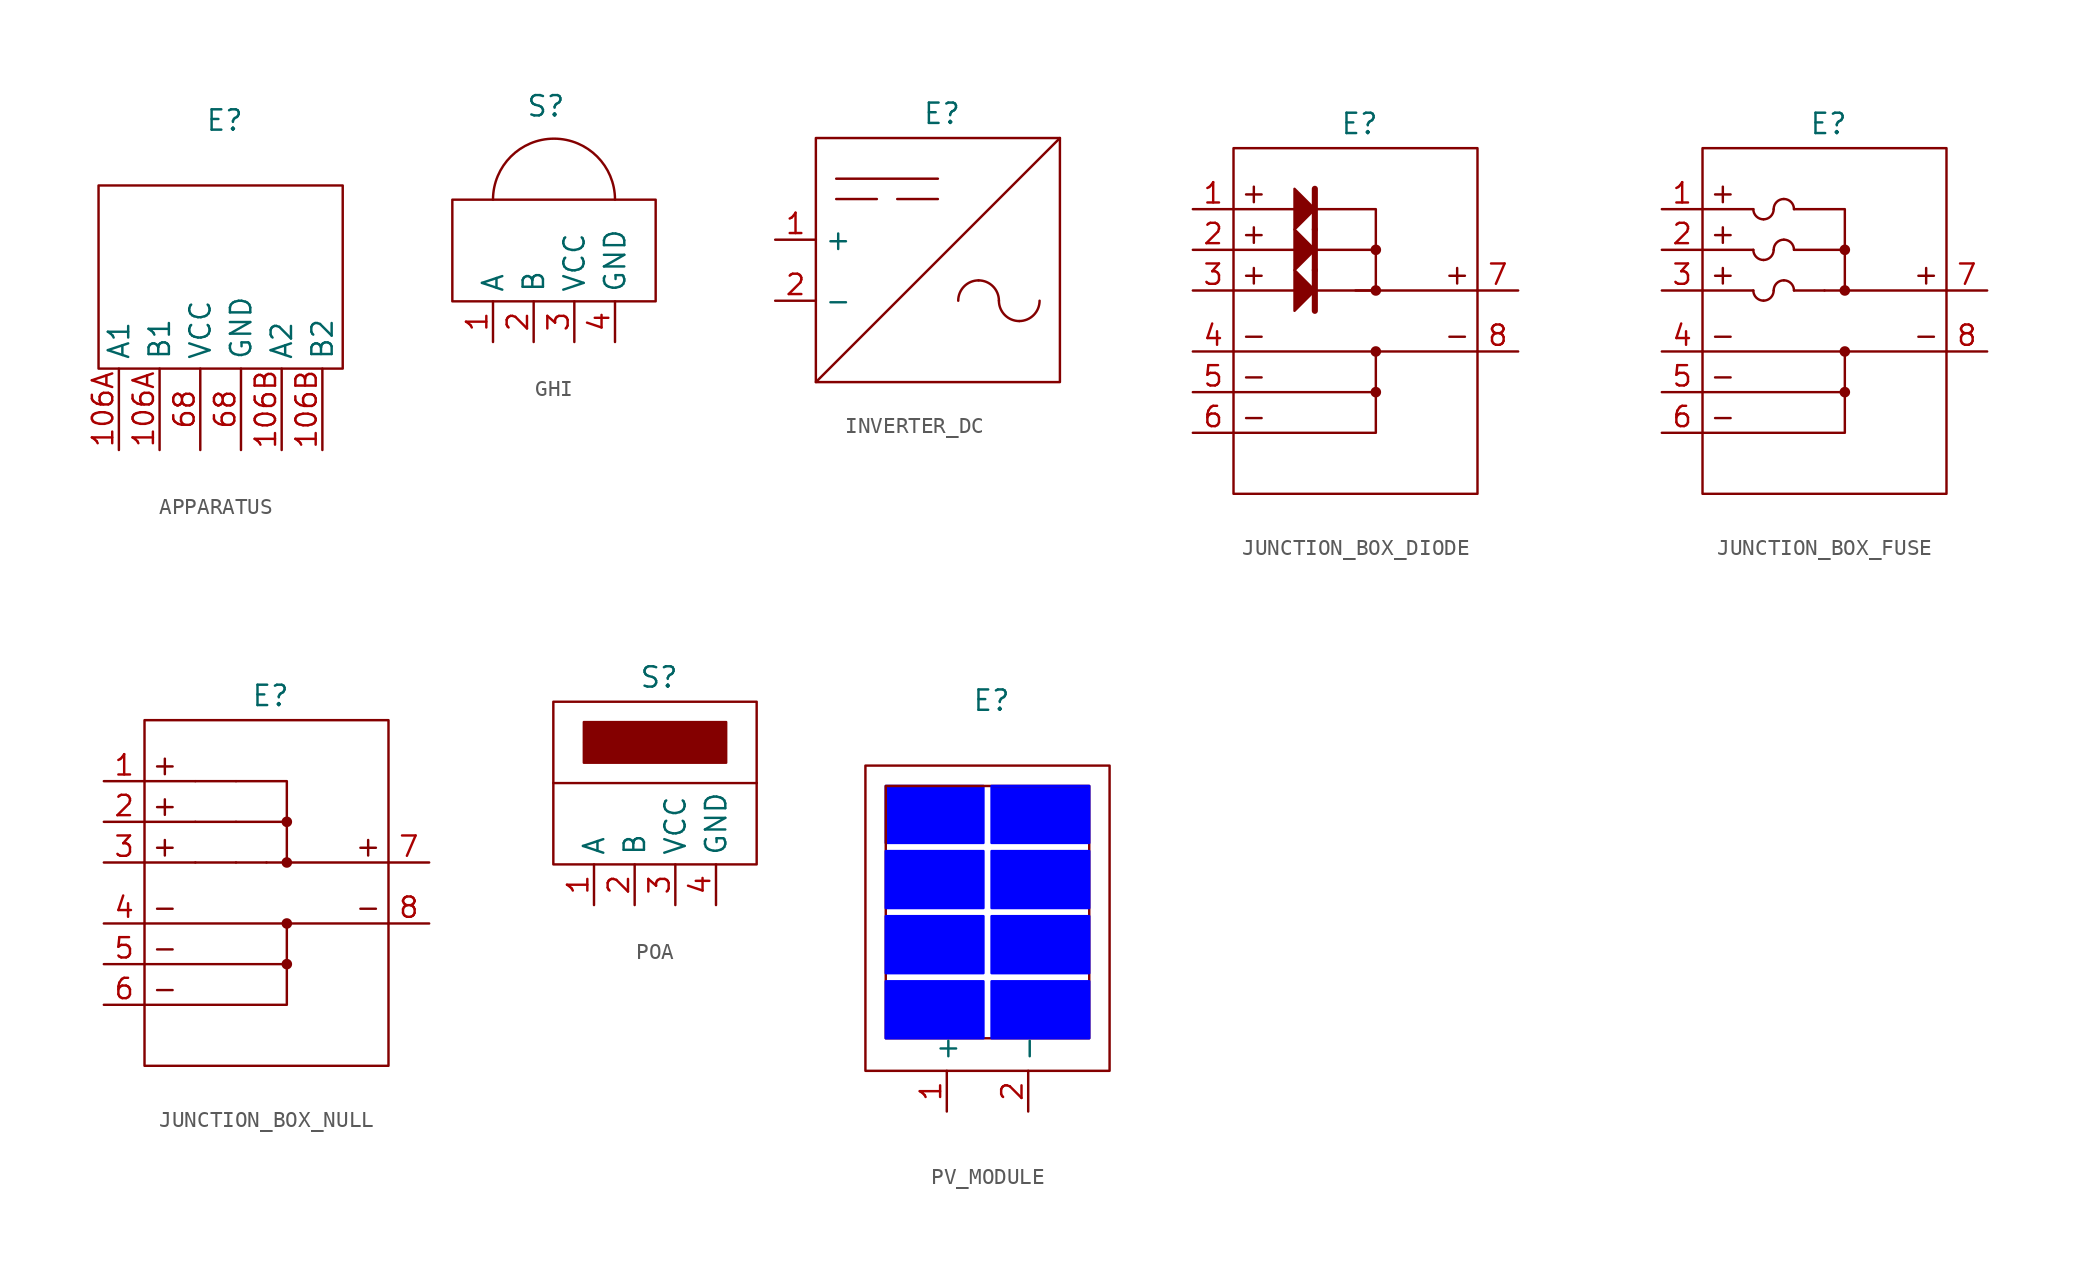
<source format=kicad_sym>
(kicad_symbol_lib
  (version 20231120)
  (generator "kicad_symbol_editor")
  (generator_version "8.0")
  (symbol "APPARATUS"
    (property "Reference" "E"
      (at 0.254 9.144 0)
      (effects (font (size 1.27 1.27))))
    (property "Value" ""
      (at -6.35 10.16 0)
      (effects (font (size 1.27 1.27))))
    (symbol "APPARATUS_0_1"
      (rectangle (start -7.62 5.08) (end 7.62 -6.35) (stroke (width 0) (type default)) (fill (type none))))
    (symbol "APPARATUS_1_1"
      (pin passive line (at -6.35 -11.43 90) (length 5.08) (name "A1" (effects (font (size 1.27 1.27)))) (number "106A" (effects (font (size 1.27 1.27)))))
      (pin passive line (at -3.81 -11.43 90) (length 5.08) (name "B1" (effects (font (size 1.27 1.27)))) (number "106A" (effects (font (size 1.27 1.27)))))
      (pin passive line (at 3.81 -11.43 90) (length 5.08) (name "A2" (effects (font (size 1.27 1.27)))) (number "106B" (effects (font (size 1.27 1.27)))))
      (pin passive line (at 6.35 -11.43 90) (length 5.08) (name "B2" (effects (font (size 1.27 1.27)))) (number "106B" (effects (font (size 1.27 1.27)))))
      (pin passive line (at 1.27 -11.43 90) (length 5.08) (name "GND" (effects (font (size 1.27 1.27)))) (number "68" (effects (font (size 1.27 1.27)))))
      (pin passive line (at -1.27 -11.43 90) (length 5.08) (name "VCC" (effects (font (size 1.27 1.27)))) (number "68" (effects (font (size 1.27 1.27)))))))
  (symbol "GHI"
    (property "Reference" "S"
      (at -0.508 8.382 0)
      (effects (font (size 1.27 1.27))))
    (property "Value" ""
      (at -3.81 -2.54 0)
      (effects (font (size 1.27 1.27))))
    (symbol "GHI_0_1"
      (rectangle (start -6.35 2.54) (end 6.35 -3.81) (stroke (width 0) (type default)) (fill (type none)))
      (arc (start 3.81 2.54) (mid 0 6.35) (end -3.81 2.54) (stroke (width 0) (type default)) (fill (type none))))
    (symbol "GHI_1_1"
      (pin passive line (at -3.81 -6.35 90) (length 2.54) (name "A" (effects (font (size 1.27 1.27)))) (number "1" (effects (font (size 1.27 1.27)))))
      (pin passive line (at -1.27 -6.35 90) (length 2.54) (name "B" (effects (font (size 1.27 1.27)))) (number "2" (effects (font (size 1.27 1.27)))))
      (pin passive line (at 1.27 -6.35 90) (length 2.54) (name "VCC" (effects (font (size 1.27 1.27)))) (number "3" (effects (font (size 1.27 1.27)))))
      (pin passive line (at 3.81 -6.35 90) (length 2.54) (name "GND" (effects (font (size 1.27 1.27)))) (number "4" (effects (font (size 1.27 1.27)))))))
  (symbol "INVERTER_DC"
    (property "Reference" "E"
      (at 0.254 9.144 0)
      (effects (font (size 1.27 1.27))))
    (property "Value" ""
      (at -6.35 10.16 0)
      (effects (font (size 1.27 1.27))))
    (symbol "INVERTER_DC_0_1"
      (rectangle (start -7.62 7.62) (end 7.62 -7.62) (stroke (width 0) (type default)) (fill (type none)))
      (polyline (pts (xy -7.62 -7.62) (xy 7.62 7.62)) (stroke (width 0) (type default)) (fill (type none)))
      (polyline (pts (xy -6.35 3.81) (xy -3.81 3.81)) (stroke (width 0) (type default)) (fill (type none)))
      (polyline (pts (xy -6.35 5.08) (xy 0 5.08)) (stroke (width 0) (type default)) (fill (type none)))
      (polyline (pts (xy -2.54 3.81) (xy 0 3.81)) (stroke (width 0) (type default)) (fill (type none)))
      (arc (start 2.54 -1.27) (mid 1.642 -1.642) (end 1.27 -2.54) (stroke (width 0) (type default)) (fill (type none)))
      (arc (start 3.81 -2.54) (mid 3.438 -1.642) (end 2.54 -1.27) (stroke (width 0) (type default)) (fill (type none)))
      (arc (start 3.81 -2.54) (mid 4.182 -3.438) (end 5.08 -3.81) (stroke (width 0) (type default)) (fill (type none)))
      (arc (start 5.08 -3.81) (mid 5.978 -3.438) (end 6.35 -2.54) (stroke (width 0) (type default)) (fill (type none))))
    (symbol "INVERTER_DC_1_1"
      (pin passive line (at -10.16 1.27 0) (length 2.54) (name "+" (effects (font (size 1.27 1.27)))) (number "1" (effects (font (size 1.27 1.27)))))
      (pin passive line (at -10.16 -2.54 0) (length 2.54) (name "-" (effects (font (size 1.27 1.27)))) (number "2" (effects (font (size 1.27 1.27)))))))
  (symbol "JUNCTION_BOX_DIODE"
    (property "Reference" "E"
      (at 0.254 9.144 0)
      (effects (font (size 1.27 1.27))))
    (property "Value" ""
      (at -6.35 10.16 0)
      (effects (font (size 1.27 1.27))))
    (symbol "JUNCTION_BOX_DIODE_0_1"
      (rectangle (start -7.62 7.62) (end 7.62 -13.97) (stroke (width 0) (type default)) (fill (type none))))
    (symbol "JUNCTION_BOX_DIODE_1_1"
      (polyline (pts (xy -7.62 -5.08) (xy 7.62 -5.08)) (stroke (width 0) (type default)) (fill (type none)))
      (polyline (pts (xy -7.62 1.27) (xy 1.27 1.27)) (stroke (width 0) (type default)) (fill (type none)))
      (polyline (pts (xy -2.54 0) (xy -2.54 -2.54)) (stroke (width 0.381) (type default)) (fill (type none)))
      (polyline (pts (xy -2.54 2.54) (xy -2.54 0)) (stroke (width 0.381) (type default)) (fill (type none)))
      (polyline (pts (xy -2.54 5.08) (xy -2.54 2.54)) (stroke (width 0.381) (type default)) (fill (type none)))
      (polyline (pts (xy 0 -1.27) (xy 7.62 -1.27)) (stroke (width 0) (type default)) (fill (type none)))
      (polyline (pts (xy -7.62 -10.16) (xy 1.27 -10.16) (xy 1.27 -7.62)) (stroke (width 0) (type default)) (fill (type none)))
      (polyline (pts (xy -7.62 -7.62) (xy 1.27 -7.62) (xy 1.27 -5.08)) (stroke (width 0) (type default)) (fill (type none)))
      (polyline (pts (xy -7.62 3.81) (xy 1.27 3.81) (xy 1.27 -1.27) (xy -7.62 -1.27)) (stroke (width 0) (type default)) (fill (type none)))
      (polyline (pts (xy -3.81 0) (xy -3.81 -2.54) (xy -2.54 -1.27) (xy -3.81 0)) (stroke (width 0) (type default)) (fill (type outline)))
      (polyline (pts (xy -3.81 2.54) (xy -3.81 0) (xy -2.54 1.27) (xy -3.81 2.54)) (stroke (width 0) (type default)) (fill (type outline)))
      (polyline (pts (xy -3.81 5.08) (xy -3.81 2.54) (xy -2.54 3.81) (xy -3.81 5.08)) (stroke (width 0) (type default)) (fill (type outline)))
      (circle (center 1.27 -7.62) (radius 0.254) (stroke (width 0) (type default)) (fill (type outline)))
      (circle (center 1.27 -5.08) (radius 0.254) (stroke (width 0) (type default)) (fill (type outline)))
      (circle (center 1.27 -1.27) (radius 0.254) (stroke (width 0) (type default)) (fill (type outline)))
      (circle (center 1.27 1.27) (radius 0.254) (stroke (width 0) (type default)) (fill (type outline)))
      (text "+" (at -6.35 -0.254 0) (effects (font (size 1.27 1.27))))
      (text "+" (at -6.35 2.286 0) (effects (font (size 1.27 1.27))))
      (text "+" (at -6.35 4.826 0) (effects (font (size 1.27 1.27))))
      (text "+" (at 6.35 -0.254 0) (effects (font (size 1.27 1.27))))
      (text "-" (at -6.35 -9.144 0) (effects (font (size 1.27 1.27))))
      (text "-" (at -6.35 -6.604 0) (effects (font (size 1.27 1.27))))
      (text "-" (at -6.35 -4.064 0) (effects (font (size 1.27 1.27))))
      (text "-" (at 6.35 -4.064 0) (effects (font (size 1.27 1.27))))
      (pin passive line (at -10.16 3.81 0) (length 2.54) (name "" (effects (font (size 1.27 1.27)))) (number "1" (effects (font (size 1.27 1.27)))))
      (pin passive line (at -10.16 1.27 0) (length 2.54) (name "" (effects (font (size 1.27 1.27)))) (number "2" (effects (font (size 1.27 1.27)))))
      (pin passive line (at -10.16 -1.27 0) (length 2.54) (name "" (effects (font (size 1.27 1.27)))) (number "3" (effects (font (size 1.27 1.27)))))
      (pin passive line (at -10.16 -5.08 0) (length 2.54) (name "" (effects (font (size 1.27 1.27)))) (number "4" (effects (font (size 1.27 1.27)))))
      (pin passive line (at -10.16 -7.62 0) (length 2.54) (name "" (effects (font (size 1.27 1.27)))) (number "5" (effects (font (size 1.27 1.27)))))
      (pin passive line (at -10.16 -10.16 0) (length 2.54) (name "" (effects (font (size 1.27 1.27)))) (number "6" (effects (font (size 1.27 1.27)))))
      (pin passive line (at 10.16 -1.27 180) (length 2.54) (name "" (effects (font (size 1.27 1.27)))) (number "7" (effects (font (size 1.27 1.27)))))
      (pin passive line (at 10.16 -5.08 180) (length 2.54) (name "" (effects (font (size 1.27 1.27)))) (number "8" (effects (font (size 1.27 1.27)))))))
  (symbol "JUNCTION_BOX_FUSE"
    (property "Reference" "E"
      (at 0.254 9.144 0)
      (effects (font (size 1.27 1.27))))
    (property "Value" ""
      (at -6.35 10.16 0)
      (effects (font (size 1.27 1.27))))
    (symbol "JUNCTION_BOX_FUSE_0_1"
      (rectangle (start -7.62 7.62) (end 7.62 -13.97) (stroke (width 0) (type default)) (fill (type none)))
      (arc (start -4.445 -1.27) (mid -4.259 -1.719) (end -3.81 -1.905) (stroke (width 0) (type default)) (fill (type none)))
      (arc (start -4.445 1.27) (mid -4.259 0.821) (end -3.81 0.635) (stroke (width 0) (type default)) (fill (type none)))
      (arc (start -4.445 3.81) (mid -4.259 3.361) (end -3.81 3.175) (stroke (width 0) (type default)) (fill (type none)))
      (arc (start -3.81 -1.905) (mid -3.361 -1.719) (end -3.175 -1.27) (stroke (width 0) (type default)) (fill (type none)))
      (arc (start -3.81 0.635) (mid -3.361 0.821) (end -3.175 1.27) (stroke (width 0) (type default)) (fill (type none)))
      (arc (start -3.81 3.175) (mid -3.361 3.361) (end -3.175 3.81) (stroke (width 0) (type default)) (fill (type none)))
      (arc (start -2.54 -0.635) (mid -2.989 -0.821) (end -3.175 -1.27) (stroke (width 0) (type default)) (fill (type none)))
      (arc (start -2.54 1.905) (mid -2.989 1.719) (end -3.175 1.27) (stroke (width 0) (type default)) (fill (type none)))
      (arc (start -2.54 4.445) (mid -2.989 4.259) (end -3.175 3.81) (stroke (width 0) (type default)) (fill (type none)))
      (arc (start -1.905 -1.27) (mid -2.091 -0.821) (end -2.54 -0.635) (stroke (width 0) (type default)) (fill (type none)))
      (arc (start -1.905 1.27) (mid -2.091 1.719) (end -2.54 1.905) (stroke (width 0) (type default)) (fill (type none)))
      (arc (start -1.905 3.81) (mid -2.091 4.259) (end -2.54 4.445) (stroke (width 0) (type default)) (fill (type none)))
      (polyline (pts (xy -7.62 -1.27) (xy -4.445 -1.27)) (stroke (width 0) (type default)) (fill (type none)))
      (polyline (pts (xy -7.62 1.27) (xy -4.445 1.27)) (stroke (width 0) (type default)) (fill (type none)))
      (polyline (pts (xy -7.62 3.81) (xy -4.445 3.81)) (stroke (width 0) (type default)) (fill (type none)))
      (polyline (pts (xy -1.905 -1.27) (xy 0 -1.27)) (stroke (width 0) (type default)) (fill (type none)))
      (polyline (pts (xy -1.905 1.27) (xy 1.27 1.27)) (stroke (width 0) (type default)) (fill (type none)))
      (polyline (pts (xy -1.905 3.81) (xy 1.27 3.81) (xy 1.27 -1.27)) (stroke (width 0) (type default)) (fill (type none))))
    (symbol "JUNCTION_BOX_FUSE_1_1"
      (polyline (pts (xy -7.62 -5.08) (xy 7.62 -5.08)) (stroke (width 0) (type default)) (fill (type none)))
      (polyline (pts (xy 0 -1.27) (xy 7.62 -1.27)) (stroke (width 0) (type default)) (fill (type none)))
      (polyline (pts (xy -7.62 -10.16) (xy 1.27 -10.16) (xy 1.27 -7.62)) (stroke (width 0) (type default)) (fill (type none)))
      (polyline (pts (xy -7.62 -7.62) (xy 1.27 -7.62) (xy 1.27 -5.08)) (stroke (width 0) (type default)) (fill (type none)))
      (circle (center 1.27 -7.62) (radius 0.254) (stroke (width 0) (type default)) (fill (type outline)))
      (circle (center 1.27 -5.08) (radius 0.254) (stroke (width 0) (type default)) (fill (type outline)))
      (circle (center 1.27 -1.27) (radius 0.254) (stroke (width 0) (type default)) (fill (type outline)))
      (circle (center 1.27 1.27) (radius 0.254) (stroke (width 0) (type default)) (fill (type outline)))
      (text "+" (at -6.35 -0.254 0) (effects (font (size 1.27 1.27))))
      (text "+" (at -6.35 2.286 0) (effects (font (size 1.27 1.27))))
      (text "+" (at -6.35 4.826 0) (effects (font (size 1.27 1.27))))
      (text "+" (at 6.35 -0.254 0) (effects (font (size 1.27 1.27))))
      (text "-" (at -6.35 -9.144 0) (effects (font (size 1.27 1.27))))
      (text "-" (at -6.35 -6.604 0) (effects (font (size 1.27 1.27))))
      (text "-" (at -6.35 -4.064 0) (effects (font (size 1.27 1.27))))
      (text "-" (at 6.35 -4.064 0) (effects (font (size 1.27 1.27))))
      (pin passive line (at -10.16 3.81 0) (length 2.54) (name "" (effects (font (size 1.27 1.27)))) (number "1" (effects (font (size 1.27 1.27)))))
      (pin passive line (at -10.16 1.27 0) (length 2.54) (name "" (effects (font (size 1.27 1.27)))) (number "2" (effects (font (size 1.27 1.27)))))
      (pin passive line (at -10.16 -1.27 0) (length 2.54) (name "" (effects (font (size 1.27 1.27)))) (number "3" (effects (font (size 1.27 1.27)))))
      (pin passive line (at -10.16 -5.08 0) (length 2.54) (name "" (effects (font (size 1.27 1.27)))) (number "4" (effects (font (size 1.27 1.27)))))
      (pin passive line (at -10.16 -7.62 0) (length 2.54) (name "" (effects (font (size 1.27 1.27)))) (number "5" (effects (font (size 1.27 1.27)))))
      (pin passive line (at -10.16 -10.16 0) (length 2.54) (name "" (effects (font (size 1.27 1.27)))) (number "6" (effects (font (size 1.27 1.27)))))
      (pin passive line (at 10.16 -1.27 180) (length 2.54) (name "" (effects (font (size 1.27 1.27)))) (number "7" (effects (font (size 1.27 1.27)))))
      (pin passive line (at 10.16 -5.08 180) (length 2.54) (name "" (effects (font (size 1.27 1.27)))) (number "8" (effects (font (size 1.27 1.27)))))))
  (symbol "JUNCTION_BOX_NULL"
    (property "Reference" "E"
      (at 0.254 9.144 0)
      (effects (font (size 1.27 1.27))))
    (property "Value" ""
      (at -6.35 10.16 0)
      (effects (font (size 1.27 1.27))))
    (symbol "JUNCTION_BOX_NULL_0_1"
      (rectangle (start -7.62 7.62) (end 7.62 -13.97) (stroke (width 0) (type default)) (fill (type none)))
      (polyline (pts (xy -7.62 -1.27) (xy -4.445 -1.27)) (stroke (width 0) (type default)) (fill (type none)))
      (polyline (pts (xy -7.62 1.27) (xy -4.445 1.27)) (stroke (width 0) (type default)) (fill (type none)))
      (polyline (pts (xy -7.62 3.81) (xy -4.445 3.81)) (stroke (width 0) (type default)) (fill (type none)))
      (polyline (pts (xy -4.445 -1.27) (xy -1.905 -1.27)) (stroke (width 0) (type default)) (fill (type none)))
      (polyline (pts (xy -4.445 1.27) (xy -1.905 1.27)) (stroke (width 0) (type default)) (fill (type none)))
      (polyline (pts (xy -4.445 3.81) (xy -1.905 3.81)) (stroke (width 0) (type default)) (fill (type none)))
      (polyline (pts (xy -1.905 -1.27) (xy 0 -1.27)) (stroke (width 0) (type default)) (fill (type none)))
      (polyline (pts (xy -1.905 1.27) (xy 1.27 1.27)) (stroke (width 0) (type default)) (fill (type none)))
      (polyline (pts (xy -1.905 3.81) (xy 1.27 3.81) (xy 1.27 -1.27)) (stroke (width 0) (type default)) (fill (type none))))
    (symbol "JUNCTION_BOX_NULL_1_1"
      (polyline (pts (xy -7.62 -5.08) (xy 7.62 -5.08)) (stroke (width 0) (type default)) (fill (type none)))
      (polyline (pts (xy 0 -1.27) (xy 7.62 -1.27)) (stroke (width 0) (type default)) (fill (type none)))
      (polyline (pts (xy -7.62 -10.16) (xy 1.27 -10.16) (xy 1.27 -7.62)) (stroke (width 0) (type default)) (fill (type none)))
      (polyline (pts (xy -7.62 -7.62) (xy 1.27 -7.62) (xy 1.27 -5.08)) (stroke (width 0) (type default)) (fill (type none)))
      (circle (center 1.27 -7.62) (radius 0.254) (stroke (width 0) (type default)) (fill (type outline)))
      (circle (center 1.27 -5.08) (radius 0.254) (stroke (width 0) (type default)) (fill (type outline)))
      (circle (center 1.27 -1.27) (radius 0.254) (stroke (width 0) (type default)) (fill (type outline)))
      (circle (center 1.27 1.27) (radius 0.254) (stroke (width 0) (type default)) (fill (type outline)))
      (text "+" (at -6.35 -0.254 0) (effects (font (size 1.27 1.27))))
      (text "+" (at -6.35 2.286 0) (effects (font (size 1.27 1.27))))
      (text "+" (at -6.35 4.826 0) (effects (font (size 1.27 1.27))))
      (text "+" (at 6.35 -0.254 0) (effects (font (size 1.27 1.27))))
      (text "-" (at -6.35 -9.144 0) (effects (font (size 1.27 1.27))))
      (text "-" (at -6.35 -6.604 0) (effects (font (size 1.27 1.27))))
      (text "-" (at -6.35 -4.064 0) (effects (font (size 1.27 1.27))))
      (text "-" (at 6.35 -4.064 0) (effects (font (size 1.27 1.27))))
      (pin passive line (at -10.16 3.81 0) (length 2.54) (name "" (effects (font (size 1.27 1.27)))) (number "1" (effects (font (size 1.27 1.27)))))
      (pin passive line (at -10.16 1.27 0) (length 2.54) (name "" (effects (font (size 1.27 1.27)))) (number "2" (effects (font (size 1.27 1.27)))))
      (pin passive line (at -10.16 -1.27 0) (length 2.54) (name "" (effects (font (size 1.27 1.27)))) (number "3" (effects (font (size 1.27 1.27)))))
      (pin passive line (at -10.16 -5.08 0) (length 2.54) (name "" (effects (font (size 1.27 1.27)))) (number "4" (effects (font (size 1.27 1.27)))))
      (pin passive line (at -10.16 -7.62 0) (length 2.54) (name "" (effects (font (size 1.27 1.27)))) (number "5" (effects (font (size 1.27 1.27)))))
      (pin passive line (at -10.16 -10.16 0) (length 2.54) (name "" (effects (font (size 1.27 1.27)))) (number "6" (effects (font (size 1.27 1.27)))))
      (pin passive line (at 10.16 -1.27 180) (length 2.54) (name "" (effects (font (size 1.27 1.27)))) (number "7" (effects (font (size 1.27 1.27)))))
      (pin passive line (at 10.16 -5.08 180) (length 2.54) (name "" (effects (font (size 1.27 1.27)))) (number "8" (effects (font (size 1.27 1.27)))))))
  (symbol "POA"
    (property "Reference" "S"
      (at 0.254 6.604 0)
      (effects (font (size 1.27 1.27))))
    (property "Value" ""
      (at -3.81 0 0)
      (effects (font (size 1.27 1.27))))
    (symbol "POA_0_1"
      (rectangle (start -6.35 5.08) (end 6.35 -5.08) (stroke (width 0) (type default)) (fill (type none)))
      (rectangle (start -3.175 3.81) (end -3.175 1.27) (stroke (width 0) (type default) (color 255 255 194 1)) (fill (type none)))
      (rectangle (start -1.905 3.81) (end -1.905 1.27) (stroke (width 0) (type default) (color 255 255 194 1)) (fill (type none)))
      (rectangle (start -0.635 3.81) (end -0.635 1.27) (stroke (width 0) (type default) (color 255 255 194 1)) (fill (type none)))
      (polyline (pts (xy -6.35 0) (xy 6.35 0)) (stroke (width 0) (type default)) (fill (type none)))
      (polyline (pts (xy 6.35 0) (xy 6.35 0)) (stroke (width 0) (type default)) (fill (type none)))
      (rectangle (start 0.635 3.81) (end 0.635 1.27) (stroke (width 0) (type default) (color 255 255 194 1)) (fill (type none)))
      (rectangle (start 1.905 3.81) (end 1.905 1.27) (stroke (width 0) (type default) (color 255 255 194 1)) (fill (type none)))
      (rectangle (start 3.175 3.81) (end 3.175 1.27) (stroke (width 0) (type default) (color 255 255 194 1)) (fill (type none))))
    (symbol "POA_1_1"
      (rectangle (start -4.445 2.54) (end 4.445 2.54) (stroke (width 0) (type default) (color 255 255 194 1)) (fill (type background)))
      (polyline (pts (xy 4.445 3.81) (xy -4.445 3.81) (xy -4.445 1.27) (xy 4.445 1.27) (xy 4.445 3.81)) (stroke (width 0) (type default)) (fill (type outline)))
      (pin passive line (at -3.81 -7.62 90) (length 2.54) (name "A" (effects (font (size 1.27 1.27)))) (number "1" (effects (font (size 1.27 1.27)))))
      (pin passive line (at -1.27 -7.62 90) (length 2.54) (name "B" (effects (font (size 1.27 1.27)))) (number "2" (effects (font (size 1.27 1.27)))))
      (pin passive line (at 1.27 -7.62 90) (length 2.54) (name "VCC" (effects (font (size 1.27 1.27)))) (number "3" (effects (font (size 1.27 1.27)))))
      (pin passive line (at 3.81 -7.62 90) (length 2.54) (name "GND" (effects (font (size 1.27 1.27)))) (number "4" (effects (font (size 1.27 1.27)))))))
  (symbol "PV_MODULE"
    (property "Reference" "E"
      (at 0.254 9.144 0)
      (effects (font (size 1.27 1.27))))
    (property "Value" ""
      (at -6.35 10.16 0)
      (effects (font (size 1.27 1.27))))
    (symbol "PV_MODULE_0_1"
      (rectangle (start -7.62 5.08) (end 7.62 -13.97) (stroke (width 0) (type default)) (fill (type none))))
    (symbol "PV_MODULE_1_1"
      (rectangle (start -6.35 -8.382) (end -0.254 -11.938) (stroke (width 0) (type default) (color 0 0 255 1)) (fill (type color) (color 0 0 255 1)))
      (rectangle (start -6.35 -4.318) (end -0.254 -7.874) (stroke (width 0) (type default) (color 0 0 255 1)) (fill (type color) (color 0 0 255 1)))
      (rectangle (start -6.35 -0.254) (end -0.254 -3.81) (stroke (width 0) (type default) (color 0 0 255 1)) (fill (type color) (color 0 0 255 1)))
      (rectangle (start -6.35 3.81) (end -0.254 0.254) (stroke (width 0) (type default) (color 0 0 255 1)) (fill (type color) (color 0 0 255 1)))
      (rectangle (start -6.35 3.81) (end 6.35 -11.938) (stroke (width 0) (type default)) (fill (type none)))
      (rectangle (start 0.254 -8.382) (end 6.35 -11.938) (stroke (width 0) (type default) (color 0 0 255 1)) (fill (type color) (color 0 0 255 1)))
      (rectangle (start 0.254 -4.318) (end 6.35 -7.874) (stroke (width 0) (type default) (color 0 0 255 1)) (fill (type color) (color 0 0 255 1)))
      (rectangle (start 0.254 -0.254) (end 6.35 -3.81) (stroke (width 0) (type default) (color 0 0 255 1)) (fill (type color) (color 0 0 255 1)))
      (rectangle (start 0.254 3.81) (end 6.35 0.254) (stroke (width 0) (type default) (color 0 0 255 1)) (fill (type color) (color 0 0 255 1)))
      (pin passive line (at -2.54 -16.51 90) (length 2.54) (name "+" (effects (font (size 1.27 1.27)))) (number "1" (effects (font (size 1.27 1.27)))))
      (pin passive line (at 2.54 -16.51 90) (length 2.54) (name "-" (effects (font (size 1.27 1.27)))) (number "2" (effects (font (size 1.27 1.27))))))))
</source>
